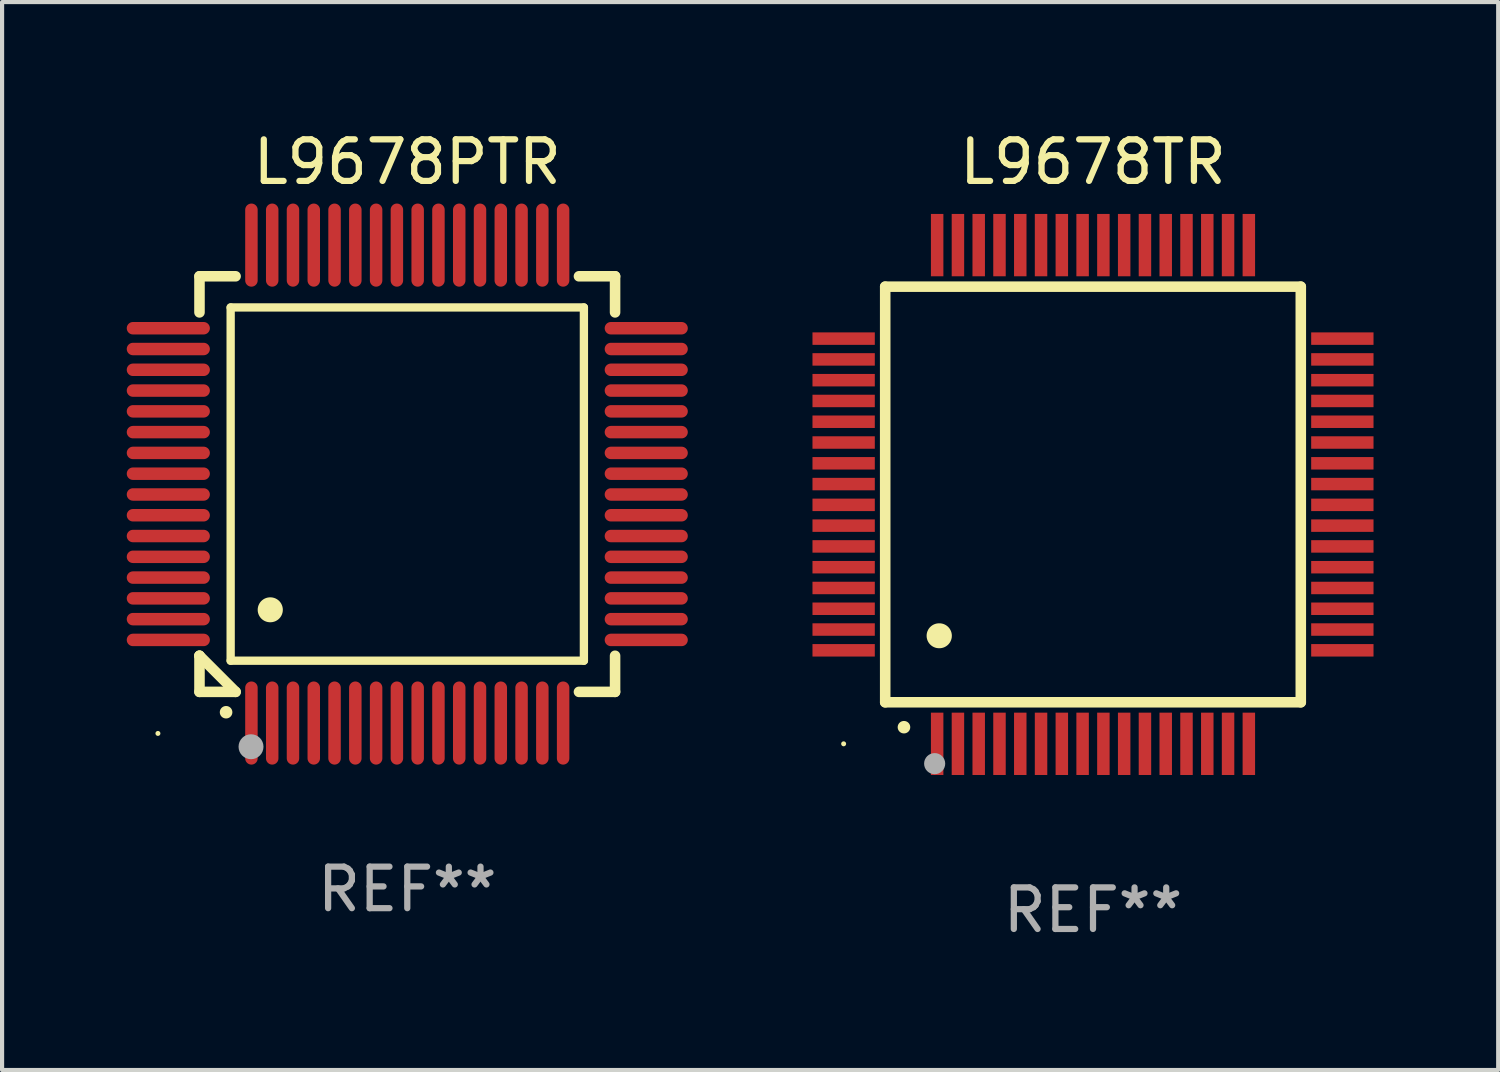
<source format=kicad_pcb>
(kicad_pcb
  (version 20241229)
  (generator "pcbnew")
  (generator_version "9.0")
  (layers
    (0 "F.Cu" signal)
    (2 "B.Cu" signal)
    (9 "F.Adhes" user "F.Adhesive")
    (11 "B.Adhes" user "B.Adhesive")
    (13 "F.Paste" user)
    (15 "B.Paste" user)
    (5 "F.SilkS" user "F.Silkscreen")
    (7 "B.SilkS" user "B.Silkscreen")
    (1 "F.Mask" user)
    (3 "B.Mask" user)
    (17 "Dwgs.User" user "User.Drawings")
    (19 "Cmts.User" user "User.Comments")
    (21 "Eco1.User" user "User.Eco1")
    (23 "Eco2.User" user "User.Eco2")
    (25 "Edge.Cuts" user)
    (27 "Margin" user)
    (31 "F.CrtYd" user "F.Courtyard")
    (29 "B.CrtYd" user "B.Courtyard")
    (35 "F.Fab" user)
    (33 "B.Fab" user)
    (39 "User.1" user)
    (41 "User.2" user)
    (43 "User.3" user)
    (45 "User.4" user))
  (footprint "L9678TR"
    (layer "F.Cu")
    (at 23.25 8.848)
    (property "Reference" "L9678TR" (at 0 -8 0) (layer "F.SilkS") (effects (font (size 1 1) (thickness 0.15))))
    (attr through_hole)
    (fp_line (start -5 -5) (end -5 5) (stroke (width 0.254) (type solid)) (layer "F.SilkS"))
    (fp_line (start -5 -5) (end 5 -5) (stroke (width 0.254) (type solid)) (layer "F.SilkS"))
    (fp_line (start -5 5) (end 5 5) (stroke (width 0.254) (type solid)) (layer "F.SilkS"))
    (fp_line (start 5 -5) (end 5 5) (stroke (width 0.254) (type solid)) (layer "F.SilkS"))
    (fp_arc (start -4.549987 5.6) (mid -4.548717 5.599995) (end -4.547447 5.6) (stroke (width 0.3) (type solid)) (layer "F.SilkS"))
    (fp_arc (start -3.703835 3.400076) (mid -3.700025 3.400052) (end -3.696215 3.400076) (stroke (width 0.6) (type solid)) (layer "F.SilkS"))
    (fp_circle (center -6 6) (end -5.97 6) (stroke (width 0.06) (type solid)) (fill no) (layer "F.SilkS"))
    (fp_circle (center -3.81 6.477) (end -3.683 6.477) (stroke (width 0.254) (type solid)) (fill no) (layer "F.Fab"))
    (fp_text user "REF**" (at 0 10 0) (layer "F.Fab") (effects (font (size 1 1) (thickness 0.15))))
    (pad "1" smd rect (at -3.75 6 180) (size 0.3 1.5) (layers "F.Cu" "F.Mask" "F.Paste"))
    (pad "2" smd rect (at -3.25 6 180) (size 0.3 1.5) (layers "F.Cu" "F.Mask" "F.Paste"))
    (pad "3" smd rect (at -2.75 6 180) (size 0.3 1.5) (layers "F.Cu" "F.Mask" "F.Paste"))
    (pad "4" smd rect (at -2.25 6 180) (size 0.3 1.5) (layers "F.Cu" "F.Mask" "F.Paste"))
    (pad "5" smd rect (at -1.75 6 180) (size 0.3 1.5) (layers "F.Cu" "F.Mask" "F.Paste"))
    (pad "6" smd rect (at -1.25 6 180) (size 0.3 1.5) (layers "F.Cu" "F.Mask" "F.Paste"))
    (pad "7" smd rect (at -0.75 6 180) (size 0.3 1.5) (layers "F.Cu" "F.Mask" "F.Paste"))
    (pad "8" smd rect (at -0.25 6 180) (size 0.3 1.5) (layers "F.Cu" "F.Mask" "F.Paste"))
    (pad "9" smd rect (at 0.25 6 180) (size 0.3 1.5) (layers "F.Cu" "F.Mask" "F.Paste"))
    (pad "10" smd rect (at 0.75 6 180) (size 0.3 1.5) (layers "F.Cu" "F.Mask" "F.Paste"))
    (pad "11" smd rect (at 1.25 6 180) (size 0.3 1.5) (layers "F.Cu" "F.Mask" "F.Paste"))
    (pad "12" smd rect (at 1.75 6 180) (size 0.3 1.5) (layers "F.Cu" "F.Mask" "F.Paste"))
    (pad "13" smd rect (at 2.25 6 180) (size 0.3 1.5) (layers "F.Cu" "F.Mask" "F.Paste"))
    (pad "14" smd rect (at 2.75 6 180) (size 0.3 1.5) (layers "F.Cu" "F.Mask" "F.Paste"))
    (pad "15" smd rect (at 3.25 6 180) (size 0.3 1.5) (layers "F.Cu" "F.Mask" "F.Paste"))
    (pad "16" smd rect (at 3.75 6 180) (size 0.3 1.5) (layers "F.Cu" "F.Mask" "F.Paste"))
    (pad "17" smd rect (at 6 3.75 90) (size 0.3 1.5) (layers "F.Cu" "F.Mask" "F.Paste"))
    (pad "18" smd rect (at 6 3.25 90) (size 0.3 1.5) (layers "F.Cu" "F.Mask" "F.Paste"))
    (pad "19" smd rect (at 6 2.75 90) (size 0.3 1.5) (layers "F.Cu" "F.Mask" "F.Paste"))
    (pad "20" smd rect (at 6 2.25 90) (size 0.3 1.5) (layers "F.Cu" "F.Mask" "F.Paste"))
    (pad "21" smd rect (at 6 1.75 90) (size 0.3 1.5) (layers "F.Cu" "F.Mask" "F.Paste"))
    (pad "22" smd rect (at 6 1.25 90) (size 0.3 1.5) (layers "F.Cu" "F.Mask" "F.Paste"))
    (pad "23" smd rect (at 6 0.75 90) (size 0.3 1.5) (layers "F.Cu" "F.Mask" "F.Paste"))
    (pad "24" smd rect (at 6 0.25 90) (size 0.3 1.5) (layers "F.Cu" "F.Mask" "F.Paste"))
    (pad "25" smd rect (at 6 -0.25 90) (size 0.3 1.5) (layers "F.Cu" "F.Mask" "F.Paste"))
    (pad "26" smd rect (at 6 -0.75 90) (size 0.3 1.5) (layers "F.Cu" "F.Mask" "F.Paste"))
    (pad "27" smd rect (at 6 -1.25 90) (size 0.3 1.5) (layers "F.Cu" "F.Mask" "F.Paste"))
    (pad "28" smd rect (at 6 -1.75 90) (size 0.3 1.5) (layers "F.Cu" "F.Mask" "F.Paste"))
    (pad "29" smd rect (at 6 -2.25 90) (size 0.3 1.5) (layers "F.Cu" "F.Mask" "F.Paste"))
    (pad "30" smd rect (at 6 -2.75 90) (size 0.3 1.5) (layers "F.Cu" "F.Mask" "F.Paste"))
    (pad "31" smd rect (at 6 -3.25 90) (size 0.3 1.5) (layers "F.Cu" "F.Mask" "F.Paste"))
    (pad "32" smd rect (at 6 -3.75 90) (size 0.3 1.5) (layers "F.Cu" "F.Mask" "F.Paste"))
    (pad "33" smd rect (at 3.75 -6 180) (size 0.3 1.5) (layers "F.Cu" "F.Mask" "F.Paste"))
    (pad "34" smd rect (at 3.25 -6 180) (size 0.3 1.5) (layers "F.Cu" "F.Mask" "F.Paste"))
    (pad "35" smd rect (at 2.75 -6 180) (size 0.3 1.5) (layers "F.Cu" "F.Mask" "F.Paste"))
    (pad "36" smd rect (at 2.25 -6 180) (size 0.3 1.5) (layers "F.Cu" "F.Mask" "F.Paste"))
    (pad "37" smd rect (at 1.75 -6 180) (size 0.3 1.5) (layers "F.Cu" "F.Mask" "F.Paste"))
    (pad "38" smd rect (at 1.25 -6 180) (size 0.3 1.5) (layers "F.Cu" "F.Mask" "F.Paste"))
    (pad "39" smd rect (at 0.75 -6 180) (size 0.3 1.5) (layers "F.Cu" "F.Mask" "F.Paste"))
    (pad "40" smd rect (at 0.25 -6 180) (size 0.3 1.5) (layers "F.Cu" "F.Mask" "F.Paste"))
    (pad "41" smd rect (at -0.25 -6 180) (size 0.3 1.5) (layers "F.Cu" "F.Mask" "F.Paste"))
    (pad "42" smd rect (at -0.75 -6 180) (size 0.3 1.5) (layers "F.Cu" "F.Mask" "F.Paste"))
    (pad "43" smd rect (at -1.25 -6 180) (size 0.3 1.5) (layers "F.Cu" "F.Mask" "F.Paste"))
    (pad "44" smd rect (at -1.75 -6 180) (size 0.3 1.5) (layers "F.Cu" "F.Mask" "F.Paste"))
    (pad "45" smd rect (at -2.25 -6 180) (size 0.3 1.5) (layers "F.Cu" "F.Mask" "F.Paste"))
    (pad "46" smd rect (at -2.75 -6 180) (size 0.3 1.5) (layers "F.Cu" "F.Mask" "F.Paste"))
    (pad "47" smd rect (at -3.25 -6 180) (size 0.3 1.5) (layers "F.Cu" "F.Mask" "F.Paste"))
    (pad "48" smd rect (at -3.75 -6 180) (size 0.3 1.5) (layers "F.Cu" "F.Mask" "F.Paste"))
    (pad "49" smd rect (at -6 -3.75 90) (size 0.3 1.5) (layers "F.Cu" "F.Mask" "F.Paste"))
    (pad "50" smd rect (at -6 -3.25 90) (size 0.3 1.5) (layers "F.Cu" "F.Mask" "F.Paste"))
    (pad "51" smd rect (at -6 -2.75 90) (size 0.3 1.5) (layers "F.Cu" "F.Mask" "F.Paste"))
    (pad "52" smd rect (at -6 -2.25 90) (size 0.3 1.5) (layers "F.Cu" "F.Mask" "F.Paste"))
    (pad "53" smd rect (at -6 -1.75 90) (size 0.3 1.5) (layers "F.Cu" "F.Mask" "F.Paste"))
    (pad "54" smd rect (at -6 -1.25 90) (size 0.3 1.5) (layers "F.Cu" "F.Mask" "F.Paste"))
    (pad "55" smd rect (at -6 -0.75 90) (size 0.3 1.5) (layers "F.Cu" "F.Mask" "F.Paste"))
    (pad "56" smd rect (at -6 -0.25 90) (size 0.3 1.5) (layers "F.Cu" "F.Mask" "F.Paste"))
    (pad "57" smd rect (at -6 0.25 90) (size 0.3 1.5) (layers "F.Cu" "F.Mask" "F.Paste"))
    (pad "58" smd rect (at -6 0.75 90) (size 0.3 1.5) (layers "F.Cu" "F.Mask" "F.Paste"))
    (pad "59" smd rect (at -6 1.25 90) (size 0.3 1.5) (layers "F.Cu" "F.Mask" "F.Paste"))
    (pad "60" smd rect (at -6 1.75 90) (size 0.3 1.5) (layers "F.Cu" "F.Mask" "F.Paste"))
    (pad "61" smd rect (at -6 2.25 90) (size 0.3 1.5) (layers "F.Cu" "F.Mask" "F.Paste"))
    (pad "62" smd rect (at -6 2.75 90) (size 0.3 1.5) (layers "F.Cu" "F.Mask" "F.Paste"))
    (pad "63" smd rect (at -6 3.25 90) (size 0.3 1.5) (layers "F.Cu" "F.Mask" "F.Paste"))
    (pad "64" smd rect (at -6 3.75 90) (size 0.3 1.5) (layers "F.Cu" "F.Mask" "F.Paste")))
  (footprint "L9678PTR"
    (layer "F.Cu")
    (at 6.75 8.598)
    (property "Reference" "L9678PTR" (at 0 -7.75 0) (layer "F.SilkS") (effects (font (size 1 1) (thickness 0.15))))
    (attr through_hole)
    (fp_line (start -5 -5) (end -4.131 -5) (stroke (width 0.254) (type solid)) (layer "F.SilkS"))
    (fp_line (start -5 -4.131) (end -5 -5) (stroke (width 0.254) (type solid)) (layer "F.SilkS"))
    (fp_line (start -5 4.131) (end -5 4.131) (stroke (width 0.254) (type solid)) (layer "F.SilkS"))
    (fp_line (start -5 5) (end -5 4.131) (stroke (width 0.254) (type solid)) (layer "F.SilkS"))
    (fp_line (start -5 4.131) (end -4.131 5) (stroke (width 0.254) (type solid)) (layer "F.SilkS"))
    (fp_line (start -4.25 -4.25) (end -4.25 4.25) (stroke (width 0.2) (type solid)) (layer "F.SilkS"))
    (fp_line (start -4.25 4.25) (end 4.25 4.25) (stroke (width 0.2) (type solid)) (layer "F.SilkS"))
    (fp_line (start -4.131 5) (end -5 5) (stroke (width 0.254) (type solid)) (layer "F.SilkS"))
    (fp_line (start 4.25 -4.25) (end -4.25 -4.25) (stroke (width 0.2) (type solid)) (layer "F.SilkS"))
    (fp_line (start 4.25 4.25) (end 4.25 -4.25) (stroke (width 0.2) (type solid)) (layer "F.SilkS"))
    (fp_line (start 5 -5) (end 4.131 -5) (stroke (width 0.254) (type solid)) (layer "F.SilkS"))
    (fp_line (start 5 -5) (end 5 -4.131) (stroke (width 0.254) (type solid)) (layer "F.SilkS"))
    (fp_line (start 5 4.131) (end 5 5) (stroke (width 0.254) (type solid)) (layer "F.SilkS"))
    (fp_line (start 5 5) (end 4.131 5) (stroke (width 0.254) (type solid)) (layer "F.SilkS"))
    (fp_arc (start -4.361265 5.489992) (mid -4.359995 5.489987) (end -4.358725 5.489992) (stroke (width 0.3) (type solid)) (layer "F.SilkS"))
    (fp_arc (start -3.299467 3.025146) (mid -3.296927 3.025135) (end -3.294387 3.025146) (stroke (width 0.6) (type solid)) (layer "F.SilkS"))
    (fp_circle (center -6 6) (end -5.97 6) (stroke (width 0.06) (type solid)) (fill no) (layer "F.SilkS"))
    (fp_circle (center -3.76 6.32) (end -3.61 6.32) (stroke (width 0.3) (type solid)) (fill no) (layer "F.Fab"))
    (fp_text user "REF**" (at 0 9.75 0) (layer "F.Fab") (effects (font (size 1 1) (thickness 0.15))))
    (pad "1" smd oval (at -3.75 5.75) (size 0.3 2) (layers "F.Cu" "F.Mask" "F.Paste"))
    (pad "2" smd oval (at -3.25 5.75) (size 0.3 2) (layers "F.Cu" "F.Mask" "F.Paste"))
    (pad "3" smd oval (at -2.75 5.75) (size 0.3 2) (layers "F.Cu" "F.Mask" "F.Paste"))
    (pad "4" smd oval (at -2.25 5.75) (size 0.3 2) (layers "F.Cu" "F.Mask" "F.Paste"))
    (pad "5" smd oval (at -1.75 5.75) (size 0.3 2) (layers "F.Cu" "F.Mask" "F.Paste"))
    (pad "6" smd oval (at -1.25 5.75) (size 0.3 2) (layers "F.Cu" "F.Mask" "F.Paste"))
    (pad "7" smd oval (at -0.75 5.75) (size 0.3 2) (layers "F.Cu" "F.Mask" "F.Paste"))
    (pad "8" smd oval (at -0.25 5.75) (size 0.3 2) (layers "F.Cu" "F.Mask" "F.Paste"))
    (pad "9" smd oval (at 0.25 5.75) (size 0.3 2) (layers "F.Cu" "F.Mask" "F.Paste"))
    (pad "10" smd oval (at 0.75 5.75) (size 0.3 2) (layers "F.Cu" "F.Mask" "F.Paste"))
    (pad "11" smd oval (at 1.25 5.75) (size 0.3 2) (layers "F.Cu" "F.Mask" "F.Paste"))
    (pad "12" smd oval (at 1.75 5.75) (size 0.3 2) (layers "F.Cu" "F.Mask" "F.Paste"))
    (pad "13" smd oval (at 2.25 5.75) (size 0.3 2) (layers "F.Cu" "F.Mask" "F.Paste"))
    (pad "14" smd oval (at 2.75 5.75) (size 0.3 2) (layers "F.Cu" "F.Mask" "F.Paste"))
    (pad "15" smd oval (at 3.25 5.75) (size 0.3 2) (layers "F.Cu" "F.Mask" "F.Paste"))
    (pad "16" smd oval (at 3.75 5.75) (size 0.3 2) (layers "F.Cu" "F.Mask" "F.Paste"))
    (pad "17" smd oval (at 5.75 3.75) (size 2 0.3) (layers "F.Cu" "F.Mask" "F.Paste"))
    (pad "18" smd oval (at 5.75 3.25) (size 2 0.3) (layers "F.Cu" "F.Mask" "F.Paste"))
    (pad "19" smd oval (at 5.75 2.75) (size 2 0.3) (layers "F.Cu" "F.Mask" "F.Paste"))
    (pad "20" smd oval (at 5.75 2.25) (size 2 0.3) (layers "F.Cu" "F.Mask" "F.Paste"))
    (pad "21" smd oval (at 5.75 1.75) (size 2 0.3) (layers "F.Cu" "F.Mask" "F.Paste"))
    (pad "22" smd oval (at 5.75 1.25) (size 2 0.3) (layers "F.Cu" "F.Mask" "F.Paste"))
    (pad "23" smd oval (at 5.75 0.75) (size 2 0.3) (layers "F.Cu" "F.Mask" "F.Paste"))
    (pad "24" smd oval (at 5.75 0.25) (size 2 0.3) (layers "F.Cu" "F.Mask" "F.Paste"))
    (pad "25" smd oval (at 5.75 -0.25) (size 2 0.3) (layers "F.Cu" "F.Mask" "F.Paste"))
    (pad "26" smd oval (at 5.75 -0.75) (size 2 0.3) (layers "F.Cu" "F.Mask" "F.Paste"))
    (pad "27" smd oval (at 5.75 -1.25) (size 2 0.3) (layers "F.Cu" "F.Mask" "F.Paste"))
    (pad "28" smd oval (at 5.75 -1.75) (size 2 0.3) (layers "F.Cu" "F.Mask" "F.Paste"))
    (pad "29" smd oval (at 5.75 -2.25) (size 2 0.3) (layers "F.Cu" "F.Mask" "F.Paste"))
    (pad "30" smd oval (at 5.75 -2.75) (size 2 0.3) (layers "F.Cu" "F.Mask" "F.Paste"))
    (pad "31" smd oval (at 5.75 -3.25) (size 2 0.3) (layers "F.Cu" "F.Mask" "F.Paste"))
    (pad "32" smd oval (at 5.75 -3.75) (size 2 0.3) (layers "F.Cu" "F.Mask" "F.Paste"))
    (pad "33" smd oval (at 3.75 -5.75) (size 0.3 2) (layers "F.Cu" "F.Mask" "F.Paste"))
    (pad "34" smd oval (at 3.25 -5.75) (size 0.3 2) (layers "F.Cu" "F.Mask" "F.Paste"))
    (pad "35" smd oval (at 2.75 -5.75) (size 0.3 2) (layers "F.Cu" "F.Mask" "F.Paste"))
    (pad "36" smd oval (at 2.25 -5.75) (size 0.3 2) (layers "F.Cu" "F.Mask" "F.Paste"))
    (pad "37" smd oval (at 1.75 -5.75) (size 0.3 2) (layers "F.Cu" "F.Mask" "F.Paste"))
    (pad "38" smd oval (at 1.25 -5.75) (size 0.3 2) (layers "F.Cu" "F.Mask" "F.Paste"))
    (pad "39" smd oval (at 0.75 -5.75) (size 0.3 2) (layers "F.Cu" "F.Mask" "F.Paste"))
    (pad "40" smd oval (at 0.25 -5.75) (size 0.3 2) (layers "F.Cu" "F.Mask" "F.Paste"))
    (pad "41" smd oval (at -0.25 -5.75) (size 0.3 2) (layers "F.Cu" "F.Mask" "F.Paste"))
    (pad "42" smd oval (at -0.75 -5.75) (size 0.3 2) (layers "F.Cu" "F.Mask" "F.Paste"))
    (pad "43" smd oval (at -1.25 -5.75) (size 0.3 2) (layers "F.Cu" "F.Mask" "F.Paste"))
    (pad "44" smd oval (at -1.75 -5.75) (size 0.3 2) (layers "F.Cu" "F.Mask" "F.Paste"))
    (pad "45" smd oval (at -2.25 -5.75) (size 0.3 2) (layers "F.Cu" "F.Mask" "F.Paste"))
    (pad "46" smd oval (at -2.75 -5.75) (size 0.3 2) (layers "F.Cu" "F.Mask" "F.Paste"))
    (pad "47" smd oval (at -3.25 -5.75) (size 0.3 2) (layers "F.Cu" "F.Mask" "F.Paste"))
    (pad "48" smd oval (at -3.75 -5.75) (size 0.3 2) (layers "F.Cu" "F.Mask" "F.Paste"))
    (pad "49" smd oval (at -5.75 -3.75) (size 2 0.3) (layers "F.Cu" "F.Mask" "F.Paste"))
    (pad "50" smd oval (at -5.75 -3.25) (size 2 0.3) (layers "F.Cu" "F.Mask" "F.Paste"))
    (pad "51" smd oval (at -5.75 -2.75) (size 2 0.3) (layers "F.Cu" "F.Mask" "F.Paste"))
    (pad "52" smd oval (at -5.75 -2.25) (size 2 0.3) (layers "F.Cu" "F.Mask" "F.Paste"))
    (pad "53" smd oval (at -5.75 -1.75) (size 2 0.3) (layers "F.Cu" "F.Mask" "F.Paste"))
    (pad "54" smd oval (at -5.75 -1.25) (size 2 0.3) (layers "F.Cu" "F.Mask" "F.Paste"))
    (pad "55" smd oval (at -5.75 -0.75) (size 2 0.3) (layers "F.Cu" "F.Mask" "F.Paste"))
    (pad "56" smd oval (at -5.75 -0.25) (size 2 0.3) (layers "F.Cu" "F.Mask" "F.Paste"))
    (pad "57" smd oval (at -5.75 0.25) (size 2 0.3) (layers "F.Cu" "F.Mask" "F.Paste"))
    (pad "58" smd oval (at -5.75 0.75) (size 2 0.3) (layers "F.Cu" "F.Mask" "F.Paste"))
    (pad "59" smd oval (at -5.75 1.25) (size 2 0.3) (layers "F.Cu" "F.Mask" "F.Paste"))
    (pad "60" smd oval (at -5.75 1.75) (size 2 0.3) (layers "F.Cu" "F.Mask" "F.Paste"))
    (pad "61" smd oval (at -5.75 2.25) (size 2 0.3) (layers "F.Cu" "F.Mask" "F.Paste"))
    (pad "62" smd oval (at -5.75 2.75) (size 2 0.3) (layers "F.Cu" "F.Mask" "F.Paste"))
    (pad "63" smd oval (at -5.75 3.25) (size 2 0.3) (layers "F.Cu" "F.Mask" "F.Paste"))
    (pad "64" smd oval (at -5.75 3.75) (size 2 0.3) (layers "F.Cu" "F.Mask" "F.Paste")))
  (gr_rect
    (start -3 -3)
    (end 33 22.697)
    (stroke (width 0.1) (type default))
    (fill no)
    (layer "Edge.Cuts")))
</source>
